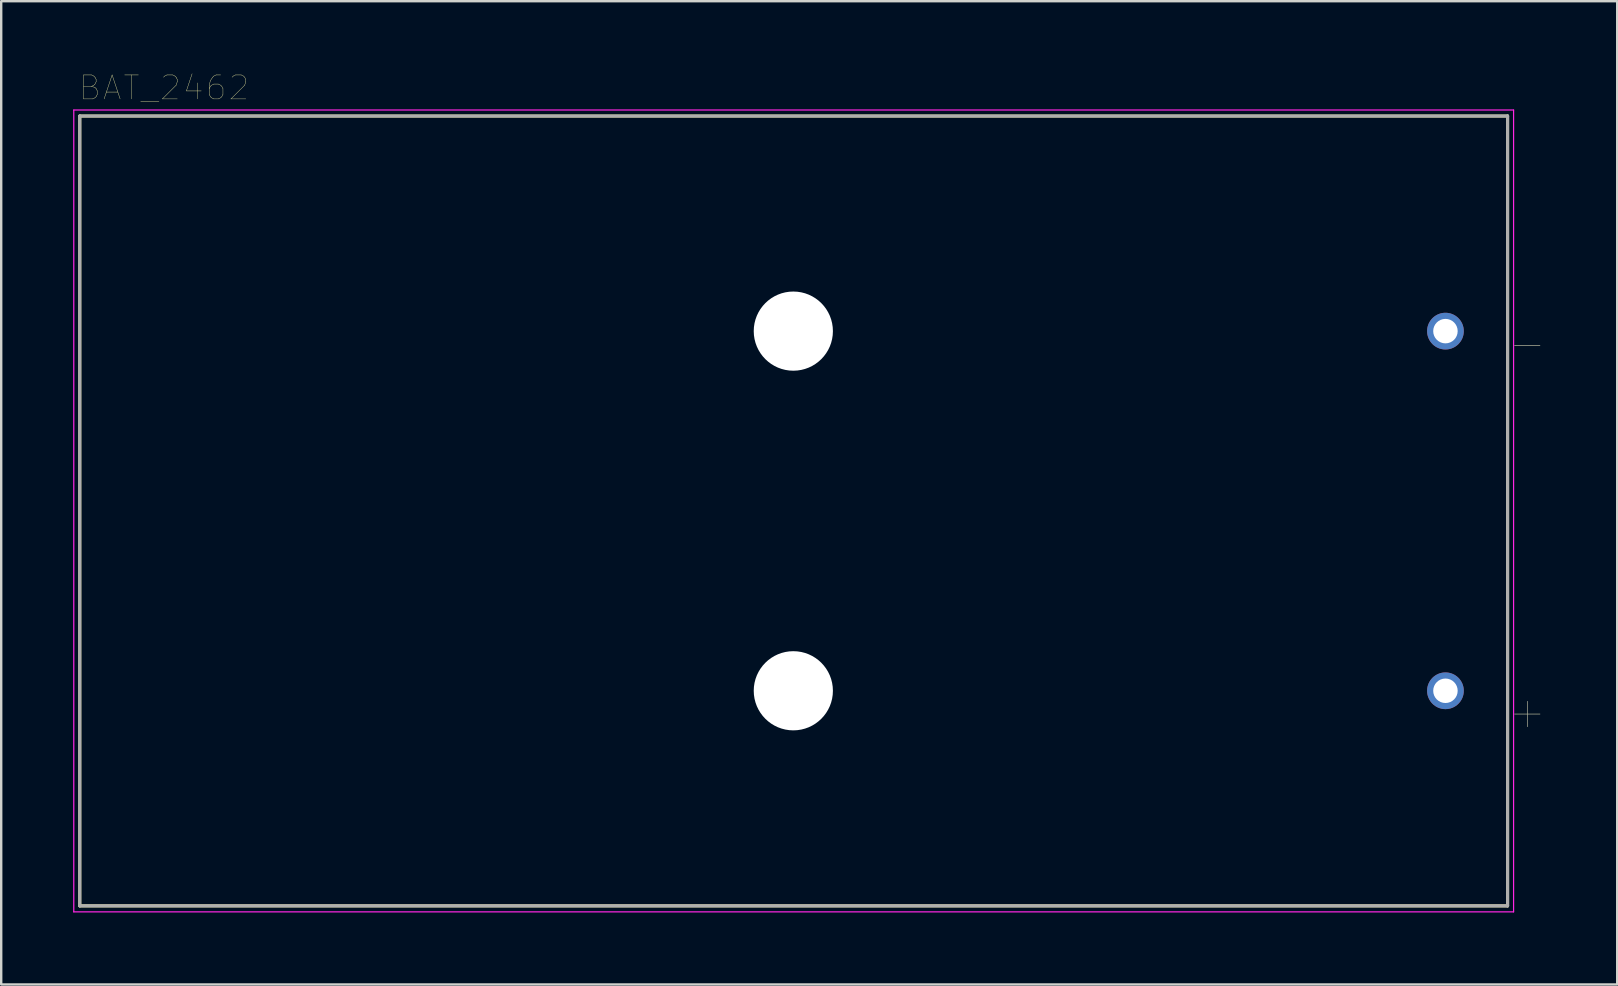
<source format=kicad_pcb>
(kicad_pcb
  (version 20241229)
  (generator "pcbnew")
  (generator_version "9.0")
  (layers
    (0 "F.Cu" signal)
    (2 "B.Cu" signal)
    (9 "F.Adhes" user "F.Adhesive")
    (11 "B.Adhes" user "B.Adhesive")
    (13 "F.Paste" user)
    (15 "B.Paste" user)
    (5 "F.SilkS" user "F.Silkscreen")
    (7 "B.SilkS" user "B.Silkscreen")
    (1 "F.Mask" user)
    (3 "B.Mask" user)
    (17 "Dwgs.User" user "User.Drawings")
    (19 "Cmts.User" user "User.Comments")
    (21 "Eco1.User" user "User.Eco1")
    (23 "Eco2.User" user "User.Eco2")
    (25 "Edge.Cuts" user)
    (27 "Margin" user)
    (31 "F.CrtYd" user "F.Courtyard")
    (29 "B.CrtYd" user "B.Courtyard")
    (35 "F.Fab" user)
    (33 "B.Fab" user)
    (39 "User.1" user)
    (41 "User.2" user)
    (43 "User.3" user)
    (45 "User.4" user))
  (footprint "BAT_2462"
    (layer "F.Cu")
    (at 30.015 18.246)
    (property "Reference" "BAT_2462" (at -26.225 -17.635 0) (layer "F.SilkS") (effects (font (size 1 1) (thickness 0.015))))
    (attr through_hole)
    (fp_line (start -29.74 -16.46) (end 29.77 -16.46) (stroke (width 0.127) (type solid)) (layer "F.SilkS"))
    (fp_line (start -29.74 16.46) (end -29.74 -16.46) (stroke (width 0.127) (type solid)) (layer "F.SilkS"))
    (fp_line (start 29.77 -16.46) (end 29.77 16.46) (stroke (width 0.127) (type solid)) (layer "F.SilkS"))
    (fp_line (start 29.77 16.46) (end -29.74 16.46) (stroke (width 0.127) (type solid)) (layer "F.SilkS"))
    (fp_line (start -29.99 -16.71) (end 30.02 -16.71) (stroke (width 0.05) (type solid)) (layer "F.CrtYd"))
    (fp_line (start -29.99 16.71) (end -29.99 -16.71) (stroke (width 0.05) (type solid)) (layer "F.CrtYd"))
    (fp_line (start 30.02 -16.71) (end 30.02 16.71) (stroke (width 0.05) (type solid)) (layer "F.CrtYd"))
    (fp_line (start 30.02 16.71) (end -29.99 16.71) (stroke (width 0.05) (type solid)) (layer "F.CrtYd"))
    (fp_line (start -29.74 -16.46) (end 29.77 -16.46) (stroke (width 0.127) (type solid)) (layer "F.Fab"))
    (fp_line (start -29.74 16.46) (end -29.74 -16.46) (stroke (width 0.127) (type solid)) (layer "F.Fab"))
    (fp_line (start 29.77 -16.46) (end 29.77 16.46) (stroke (width 0.127) (type solid)) (layer "F.Fab"))
    (fp_line (start 29.77 16.46) (end -29.74 16.46) (stroke (width 0.127) (type solid)) (layer "F.Fab"))
    (fp_text user "+" (at 30.59 8.35 0) (layer "F.SilkS") (effects (font (size 1.4 1.4) (thickness 0.015))))
    (fp_text user "-" (at 30.59 -7 0) (layer "F.SilkS") (effects (font (size 1.4 1.4) (thickness 0.015))))
    (fp_text user "-" (at 30.59 -7 0) (layer "F.Fab") (effects (font (size 1.4 1.4) (thickness 0.015))))
    (fp_text user "+" (at 30.59 8.35 0) (layer "F.Fab") (effects (font (size 1.4 1.4) (thickness 0.015))))
    (pad "" np_thru_hole circle (at 0 -7.495) (size 3.3 3.3) (drill 3.3) (layers "*.Cu" "*.Mask"))
    (pad "" np_thru_hole circle (at 0 7.495) (size 3.3 3.3) (drill 3.3) (layers "*.Cu" "*.Mask"))
    (pad "N" thru_hole circle (at 27.18 -7.495) (size 1.53 1.53) (drill 1.02) (layers "*.Cu" "*.Mask"))
    (pad "P" thru_hole circle (at 27.18 7.495) (size 1.53 1.53) (drill 1.02) (layers "*.Cu" "*.Mask")))
  (gr_rect
    (start -3 -3)
    (end 64.354 37.981)
    (stroke (width 0.1) (type default))
    (fill no)
    (layer "Edge.Cuts")))
</source>
